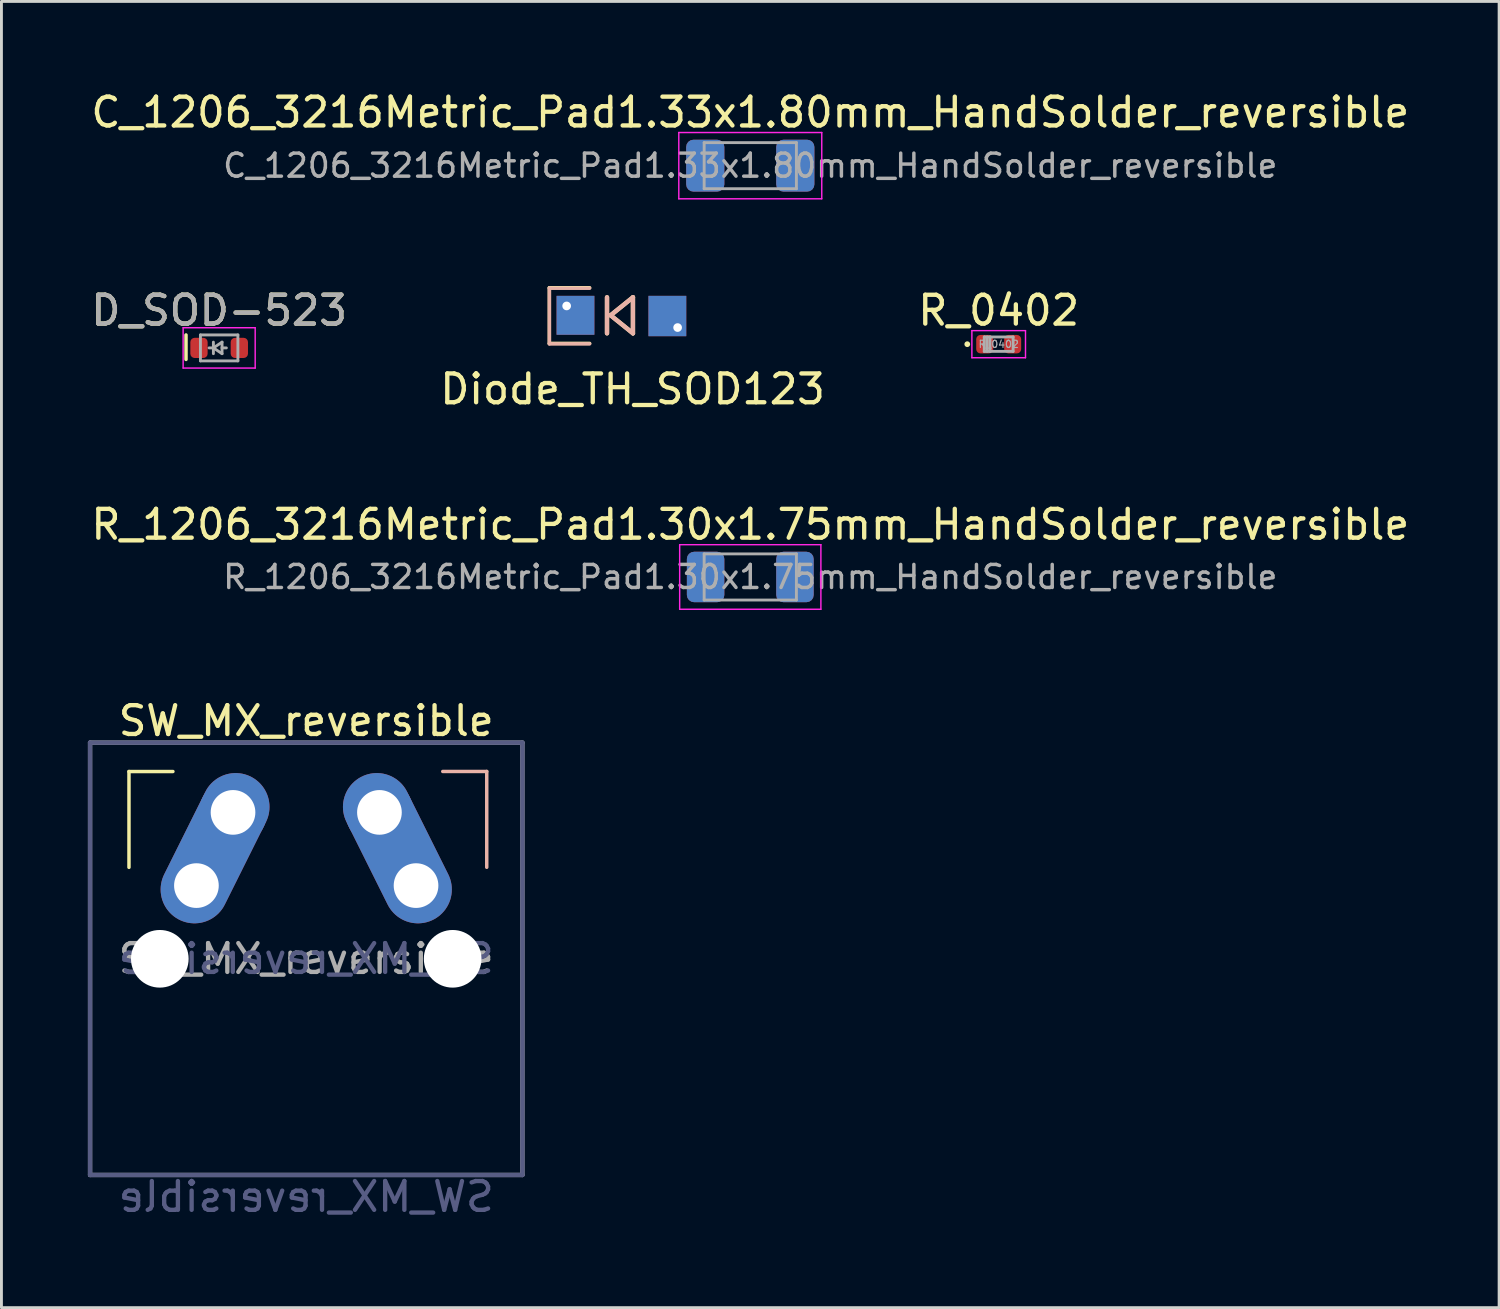
<source format=kicad_pcb>
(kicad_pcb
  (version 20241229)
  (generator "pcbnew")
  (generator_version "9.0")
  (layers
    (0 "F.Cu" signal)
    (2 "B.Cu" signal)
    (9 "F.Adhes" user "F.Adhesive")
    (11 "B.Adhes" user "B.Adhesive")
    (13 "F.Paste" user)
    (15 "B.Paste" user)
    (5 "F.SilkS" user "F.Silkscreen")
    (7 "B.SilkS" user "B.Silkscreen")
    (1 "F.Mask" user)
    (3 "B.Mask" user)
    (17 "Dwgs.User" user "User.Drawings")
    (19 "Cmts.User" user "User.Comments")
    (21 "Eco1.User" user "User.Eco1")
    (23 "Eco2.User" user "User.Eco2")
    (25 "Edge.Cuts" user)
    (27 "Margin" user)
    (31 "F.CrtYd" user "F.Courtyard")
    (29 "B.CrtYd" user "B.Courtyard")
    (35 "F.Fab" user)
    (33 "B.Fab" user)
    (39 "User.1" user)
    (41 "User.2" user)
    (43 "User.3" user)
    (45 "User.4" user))
  (footprint "R_0402"
    (layer "F.Cu")
    (at 31.601 8.892)
    (property "Reference" "R_0402" (at 0 -1.17 0) (layer "F.SilkS") (effects (font (size 1 1) (thickness 0.15))))
    (attr smd)
    (fp_circle (center -1.09 0) (end -1.04 0) (stroke (width 0.1) (type solid)) (fill no) (layer "F.SilkS"))
    (fp_line (start -0.93 -0.47) (end 0.93 -0.47) (stroke (width 0.05) (type solid)) (layer "F.CrtYd"))
    (fp_line (start -0.93 0.47) (end -0.93 -0.47) (stroke (width 0.05) (type solid)) (layer "F.CrtYd"))
    (fp_line (start 0.93 -0.47) (end 0.93 0.47) (stroke (width 0.05) (type solid)) (layer "F.CrtYd"))
    (fp_line (start 0.93 0.47) (end -0.93 0.47) (stroke (width 0.05) (type solid)) (layer "F.CrtYd"))
    (fp_line (start -0.5 -0.25) (end 0.5 -0.25) (stroke (width 0.1) (type solid)) (layer "F.Fab"))
    (fp_line (start -0.5 0.25) (end -0.5 -0.25) (stroke (width 0.1) (type solid)) (layer "F.Fab"))
    (fp_line (start -0.4 0.25) (end -0.4 -0.25) (stroke (width 0.1) (type solid)) (layer "F.Fab"))
    (fp_line (start -0.3 0.25) (end -0.3 -0.25) (stroke (width 0.1) (type solid)) (layer "F.Fab"))
    (fp_line (start 0.5 -0.25) (end 0.5 0.25) (stroke (width 0.1) (type solid)) (layer "F.Fab"))
    (fp_line (start 0.5 0.25) (end -0.5 0.25) (stroke (width 0.1) (type solid)) (layer "F.Fab"))
    (fp_text user "${REFERENCE}" (at 0 0 0) (layer "F.Fab") (effects (font (size 0.25 0.25) (thickness 0.04))))
    (pad "1" smd roundrect (at -0.485 0) (size 0.59 0.64) (layers "F.Cu" "F.Mask" "F.Paste") (roundrect_rratio 0.25))
    (pad "2" smd roundrect (at 0.485 0) (size 0.59 0.64) (layers "F.Cu" "F.Mask" "F.Paste") (roundrect_rratio 0.25)))
  (footprint "D_SOD-523"
    (layer "F.Cu")
    (at 4.554 9.021)
    (property "Reference" "D_SOD-523" (at 0 -1.3 0) (layer "F.SilkS") (effects (font (size 1 1) (thickness 0.15))))
    (attr smd)
    (fp_line (start -1.15 -0.45) (end -1.15 0.4) (stroke (width 0.12) (type solid)) (layer "F.SilkS"))
    (fp_line (start -1.25 -0.7) (end 1.25 -0.7) (stroke (width 0.05) (type solid)) (layer "F.CrtYd"))
    (fp_line (start -1.25 0.7) (end -1.25 -0.7) (stroke (width 0.05) (type solid)) (layer "F.CrtYd"))
    (fp_line (start 1.25 -0.7) (end 1.25 0.7) (stroke (width 0.05) (type solid)) (layer "F.CrtYd"))
    (fp_line (start 1.25 0.7) (end -1.25 0.7) (stroke (width 0.05) (type solid)) (layer "F.CrtYd"))
    (fp_line (start -0.65 -0.45) (end 0.65 -0.45) (stroke (width 0.1) (type solid)) (layer "F.Fab"))
    (fp_line (start -0.65 0.45) (end -0.65 -0.45) (stroke (width 0.1) (type solid)) (layer "F.Fab"))
    (fp_line (start -0.2 0) (end -0.35 0) (stroke (width 0.1) (type solid)) (layer "F.Fab"))
    (fp_line (start -0.2 0) (end 0.1 0.2) (stroke (width 0.1) (type solid)) (layer "F.Fab"))
    (fp_line (start -0.2 0.2) (end -0.2 -0.2) (stroke (width 0.1) (type solid)) (layer "F.Fab"))
    (fp_line (start 0.1 -0.2) (end -0.2 0) (stroke (width 0.1) (type solid)) (layer "F.Fab"))
    (fp_line (start 0.1 0) (end 0.25 0) (stroke (width 0.1) (type solid)) (layer "F.Fab"))
    (fp_line (start 0.1 0.2) (end 0.1 -0.2) (stroke (width 0.1) (type solid)) (layer "F.Fab"))
    (fp_line (start 0.65 -0.45) (end 0.65 0.45) (stroke (width 0.1) (type solid)) (layer "F.Fab"))
    (fp_line (start 0.65 0.45) (end -0.65 0.45) (stroke (width 0.1) (type solid)) (layer "F.Fab"))
    (fp_text user "${REFERENCE}" (at 0 -1.3 0) (layer "F.Fab") (effects (font (size 1 1) (thickness 0.15))))
    (pad "1" smd roundrect (at -0.7 0 180) (size 0.6 0.7) (layers "F.Cu" "F.Mask" "F.Paste") (roundrect_rratio 0.25))
    (pad "2" smd roundrect (at 0.7 0 180) (size 0.6 0.7) (layers "F.Cu" "F.Mask" "F.Paste") (roundrect_rratio 0.25)))
  (footprint "SW_MX_reversible"
    (layer "F.Cu")
    (at 7.575 30.217)
    (property "Reference" "SW_MX_reversible" (at 0 -8.255 0) (layer "F.SilkS") (effects (font (size 1 1) (thickness 0.15))))
    (property "Value" "SW_MX_reversible" (at 0 8.255 0) (layer "F.Fab") (hide yes) (effects (font (size 1 1) (thickness 0.15))))
    (attr through_hole)
    (fp_line (start -6.15 -6.498) (end -6.15 -3.173) (stroke (width 0.12) (type solid)) (layer "F.SilkS"))
    (fp_line (start -6.15 -6.498) (end -4.625 -6.498) (stroke (width 0.12) (type solid)) (layer "F.SilkS"))
    (fp_line (start 6.263 -6.5) (end 4.737 -6.5) (stroke (width 0.12) (type solid)) (layer "B.SilkS"))
    (fp_line (start 6.263 -6.5) (end 6.263 -3.175) (stroke (width 0.12) (type solid)) (layer "B.SilkS"))
    (fp_line (start -6.9 6.9) (end -6.9 -6.9) (stroke (width 0.15) (type solid)) (layer "Eco2.User"))
    (fp_line (start -6.9 6.9) (end 6.9 6.9) (stroke (width 0.15) (type solid)) (layer "Eco2.User"))
    (fp_line (start 6.9 -6.9) (end -6.9 -6.9) (stroke (width 0.15) (type solid)) (layer "Eco2.User"))
    (fp_line (start 6.9 -6.9) (end 6.9 6.9) (stroke (width 0.15) (type solid)) (layer "Eco2.User"))
    (fp_line (start -7.5 -7.5) (end 7.5 -7.5) (stroke (width 0.15) (type solid)) (layer "B.Fab"))
    (fp_line (start -7.5 7.5) (end -7.5 -7.5) (stroke (width 0.15) (type solid)) (layer "B.Fab"))
    (fp_line (start 7.5 -7.5) (end 7.5 7.5) (stroke (width 0.15) (type solid)) (layer "B.Fab"))
    (fp_line (start 7.5 7.5) (end -7.5 7.5) (stroke (width 0.15) (type solid)) (layer "B.Fab"))
    (fp_line (start -7.5 -7.5) (end 7.5 -7.5) (stroke (width 0.15) (type solid)) (layer "F.Fab"))
    (fp_line (start -7.5 7.5) (end -7.5 -7.5) (stroke (width 0.15) (type solid)) (layer "F.Fab"))
    (fp_line (start 7.5 -7.5) (end 7.5 7.5) (stroke (width 0.15) (type solid)) (layer "F.Fab"))
    (fp_line (start 7.5 7.5) (end -7.5 7.5) (stroke (width 0.15) (type solid)) (layer "F.Fab"))
    (fp_text user "${REFERENCE}" (at 0 0 0) (layer "B.Fab") (effects (font (size 1 1) (thickness 0.15)) (justify mirror)))
    (fp_text user "${VALUE}" (at 0 8.255 0) (layer "B.Fab") (effects (font (size 1 1) (thickness 0.15)) (justify mirror)))
    (fp_text user "${REFERENCE}" (at 0 0 0) (layer "F.Fab") (effects (font (size 1 1) (thickness 0.15))))
    (pad "" np_thru_hole circle (at -5.08 0) (size 2 2) (drill 2) (layers "*.Cu" "*.Mask"))
    (pad "" np_thru_hole circle (at 5.08 0) (size 2 2) (drill 2) (layers "*.Cu" "*.Mask"))
    (pad "1" thru_hole oval (at -3.81 -2.54 333.5) (size 2.35 5.55) (drill 1.55 (offset 0 -1.45)) (layers "*.Cu" "*.Mask") (remove_unused_layers yes) (keep_end_layers yes) (zone_layer_connections))
    (pad "1" thru_hole circle (at -2.54 -5.08) (size 2.35 2.35) (drill 1.55) (layers "*.Cu" "*.Mask") (remove_unused_layers yes) (keep_end_layers yes) (zone_layer_connections))
    (pad "2" thru_hole circle (at 2.54 -5.08) (size 2.35 2.35) (drill 1.55) (layers "*.Cu" "*.Mask"))
    (pad "2" thru_hole oval (at 3.81 -2.54 26.5) (size 2.35 5.55) (drill 1.55 (offset 0 -1.45)) (layers "*.Cu" "*.Mask") (remove_unused_layers yes) (keep_end_layers yes) (zone_layer_connections)))
  (footprint "C_1206_3216Metric_Pad1.33x1.80mm_HandSolder_reversible"
    (layer "F.Cu")
    (at 22.982 2.698)
    (property "Reference" "C_1206_3216Metric_Pad1.33x1.80mm_HandSolder_reversible" (at 0 -1.85 0) (layer "F.SilkS") (effects (font (size 1 1) (thickness 0.15))))
    (attr smd)
    (fp_line (start -2.48 -1.15) (end 2.48 -1.15) (stroke (width 0.05) (type solid)) (layer "F.CrtYd"))
    (fp_line (start -2.48 1.15) (end -2.48 -1.15) (stroke (width 0.05) (type solid)) (layer "F.CrtYd"))
    (fp_line (start 2.48 -1.15) (end 2.48 1.15) (stroke (width 0.05) (type solid)) (layer "F.CrtYd"))
    (fp_line (start 2.48 1.15) (end -2.48 1.15) (stroke (width 0.05) (type solid)) (layer "F.CrtYd"))
    (fp_line (start -1.6 -0.8) (end 1.6 -0.8) (stroke (width 0.1) (type solid)) (layer "F.Fab"))
    (fp_line (start -1.6 0.8) (end -1.6 -0.8) (stroke (width 0.1) (type solid)) (layer "F.Fab"))
    (fp_line (start 1.6 -0.8) (end 1.6 0.8) (stroke (width 0.1) (type solid)) (layer "F.Fab"))
    (fp_line (start 1.6 0.8) (end -1.6 0.8) (stroke (width 0.1) (type solid)) (layer "F.Fab"))
    (fp_text user "${REFERENCE}" (at 0 0 0) (layer "F.Fab") (effects (font (size 0.8 0.8) (thickness 0.12))))
    (pad "1" smd roundrect (at -1.562 0) (size 1.325 1.8) (layers "F.Cu" "F.Mask" "F.Paste") (roundrect_rratio 0.189))
    (pad "1" smd roundrect (at -1.562 0) (size 1.325 1.8) (layers "B.Cu" "B.Mask" "B.Paste") (roundrect_rratio 0.189))
    (pad "2" smd roundrect (at 1.562 0) (size 1.325 1.8) (layers "F.Cu" "F.Mask" "F.Paste") (roundrect_rratio 0.189))
    (pad "2" smd roundrect (at 1.562 0) (size 1.325 1.8) (layers "B.Cu" "B.Mask" "B.Paste") (roundrect_rratio 0.189)))
  (footprint "Diode_TH_SOD123"
    (layer "F.Cu")
    (at 13.511 7.915)
    (property "Reference" "Diode_TH_SOD123" (at 5.387 2.537 0) (layer "F.SilkS") (effects (font (size 1 1) (thickness 0.15))))
    (attr through_hole)
    (fp_line (start 2.5 -0.982) (end 2.5 0.95) (stroke (width 0.12) (type solid)) (layer "F.SilkS"))
    (fp_line (start 2.5 0.95) (end 3.897 0.95) (stroke (width 0.12) (type solid)) (layer "F.SilkS"))
    (fp_line (start 3.897 -0.982) (end 2.5 -0.982) (stroke (width 0.12) (type solid)) (layer "F.SilkS"))
    (fp_line (start 4.5 -0.65) (end 4.5 0.6) (stroke (width 0.15) (type solid)) (layer "F.SilkS"))
    (fp_line (start 4.625 -0.025) (end 5.4 -0.65) (stroke (width 0.15) (type solid)) (layer "F.SilkS"))
    (fp_line (start 5.4 -0.65) (end 5.4 0.6) (stroke (width 0.15) (type solid)) (layer "F.SilkS"))
    (fp_line (start 5.4 0.6) (end 4.625 -0.025) (stroke (width 0.15) (type solid)) (layer "F.SilkS"))
    (fp_line (start 2.5 -0.966) (end 3.897 -0.966) (stroke (width 0.12) (type solid)) (layer "B.SilkS"))
    (fp_line (start 2.5 0.966) (end 2.5 -0.966) (stroke (width 0.12) (type solid)) (layer "B.SilkS"))
    (fp_line (start 3.897 0.966) (end 2.5 0.966) (stroke (width 0.12) (type solid)) (layer "B.SilkS"))
    (fp_line (start 4.5 0.6) (end 4.5 -0.65) (stroke (width 0.15) (type solid)) (layer "B.SilkS"))
    (fp_line (start 4.625 -0.025) (end 5.4 0.6) (stroke (width 0.15) (type solid)) (layer "B.SilkS"))
    (fp_line (start 5.4 -0.65) (end 4.625 -0.025) (stroke (width 0.15) (type solid)) (layer "B.SilkS"))
    (fp_line (start 5.4 0.6) (end 5.4 -0.65) (stroke (width 0.15) (type solid)) (layer "B.SilkS"))
    (pad "1" thru_hole circle (at 3.1 -0.35) (size 0.5 0.5) (drill 0.3) (layers "*.Cu" "*.Mask"))
    (pad "1" smd rect (at 3.406 -0.025) (size 1.312 1.35) (layers "F.Cu" "F.Mask" "F.Paste"))
    (pad "1" smd rect (at 3.406 -0.025) (size 1.312 1.35) (layers "B.Cu" "B.Mask" "B.Paste"))
    (pad "2" smd rect (at 6.594 0) (size 1.312 1.4) (layers "F.Cu" "F.Mask" "F.Paste"))
    (pad "2" smd rect (at 6.594 0) (size 1.312 1.4) (layers "B.Cu" "B.Mask" "B.Paste"))
    (pad "2" thru_hole circle (at 6.95 0.4) (size 0.5 0.5) (drill 0.3) (layers "*.Cu" "*.Mask")))
  (footprint "R_1206_3216Metric_Pad1.30x1.75mm_HandSolder_reversible"
    (layer "F.Cu")
    (at 22.982 16.969)
    (property "Reference" "R_1206_3216Metric_Pad1.30x1.75mm_HandSolder_reversible" (at 0 -1.82 0) (layer "F.SilkS") (effects (font (size 1 1) (thickness 0.15))))
    (attr smd)
    (fp_line (start -2.45 -1.12) (end 2.45 -1.12) (stroke (width 0.05) (type solid)) (layer "F.CrtYd"))
    (fp_line (start -2.45 1.12) (end -2.45 -1.12) (stroke (width 0.05) (type solid)) (layer "F.CrtYd"))
    (fp_line (start 2.45 -1.12) (end 2.45 1.12) (stroke (width 0.05) (type solid)) (layer "F.CrtYd"))
    (fp_line (start 2.45 1.12) (end -2.45 1.12) (stroke (width 0.05) (type solid)) (layer "F.CrtYd"))
    (fp_line (start -1.6 -0.8) (end 1.6 -0.8) (stroke (width 0.1) (type solid)) (layer "F.Fab"))
    (fp_line (start -1.6 0.8) (end -1.6 -0.8) (stroke (width 0.1) (type solid)) (layer "F.Fab"))
    (fp_line (start 1.6 -0.8) (end 1.6 0.8) (stroke (width 0.1) (type solid)) (layer "F.Fab"))
    (fp_line (start 1.6 0.8) (end -1.6 0.8) (stroke (width 0.1) (type solid)) (layer "F.Fab"))
    (fp_text user "${REFERENCE}" (at 0 0 0) (layer "F.Fab") (effects (font (size 0.8 0.8) (thickness 0.12))))
    (pad "1" smd roundrect (at -1.55 0) (size 1.3 1.75) (layers "F.Cu" "F.Mask" "F.Paste") (roundrect_rratio 0.192))
    (pad "1" smd roundrect (at -1.55 0) (size 1.3 1.75) (layers "B.Cu" "B.Mask" "B.Paste") (roundrect_rratio 0.192))
    (pad "2" smd roundrect (at 1.55 0) (size 1.3 1.75) (layers "F.Cu" "F.Mask" "F.Paste") (roundrect_rratio 0.192))
    (pad "2" smd roundrect (at 1.55 0) (size 1.3 1.75) (layers "B.Cu" "B.Mask" "B.Paste") (roundrect_rratio 0.192)))
  (gr_rect
    (start -3 -3)
    (end 48.964 42.321)
    (stroke (width 0.1) (type default))
    (fill no)
    (layer "Edge.Cuts")))
</source>
